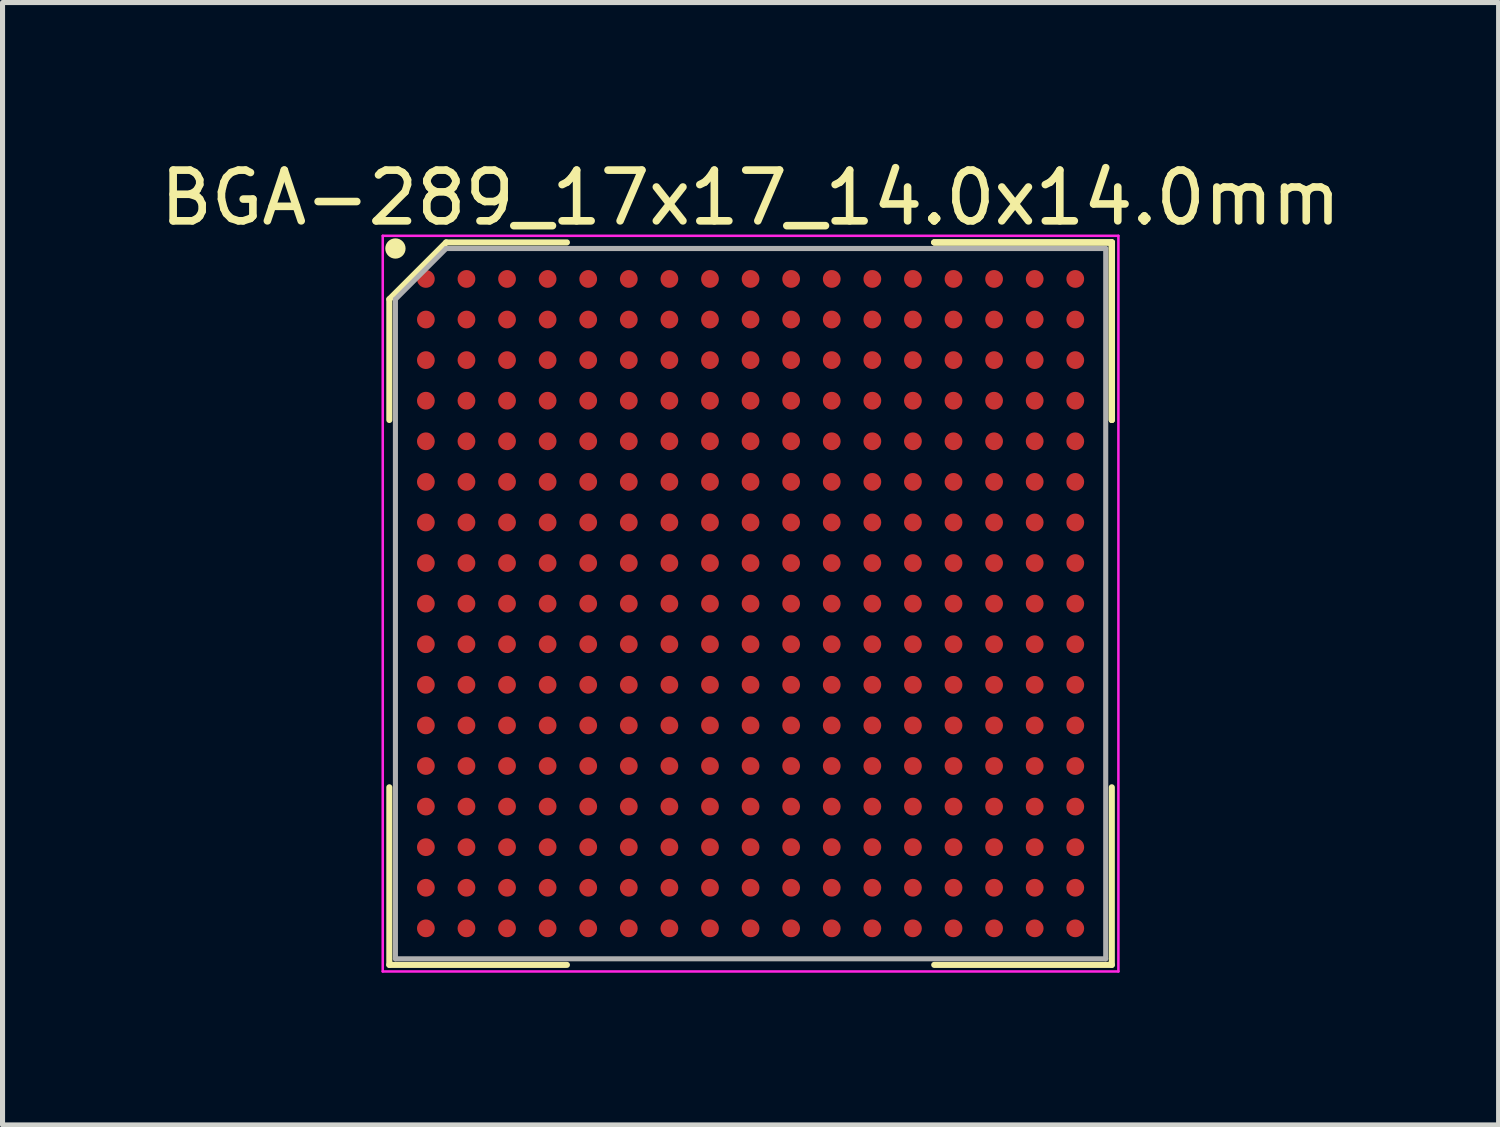
<source format=kicad_pcb>
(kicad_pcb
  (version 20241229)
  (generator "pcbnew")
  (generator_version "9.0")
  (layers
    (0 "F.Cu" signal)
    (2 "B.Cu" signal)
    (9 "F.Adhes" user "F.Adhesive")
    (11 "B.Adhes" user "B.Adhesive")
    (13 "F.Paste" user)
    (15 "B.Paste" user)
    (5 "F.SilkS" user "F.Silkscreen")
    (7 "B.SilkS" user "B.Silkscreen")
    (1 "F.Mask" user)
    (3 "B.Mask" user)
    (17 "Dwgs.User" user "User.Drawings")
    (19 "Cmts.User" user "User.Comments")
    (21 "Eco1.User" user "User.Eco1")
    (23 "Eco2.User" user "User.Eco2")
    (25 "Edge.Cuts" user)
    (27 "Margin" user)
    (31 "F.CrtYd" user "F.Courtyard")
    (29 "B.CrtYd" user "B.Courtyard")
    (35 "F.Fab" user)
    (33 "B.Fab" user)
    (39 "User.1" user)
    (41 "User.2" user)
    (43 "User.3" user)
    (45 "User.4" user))
  (footprint "BGA-289_17x17_14.0x14.0mm"
    (layer "F.Cu")
    (at 11.744 8.848)
    (property "Reference" "BGA-289_17x17_14.0x14.0mm" (at 0 -8 0) (layer "F.SilkS") (effects (font (size 1 1) (thickness 0.15))))
    (attr smd)
    (fp_line (start -7.12 -6) (end -7.12 -3.62) (stroke (width 0.12) (type solid)) (layer "F.SilkS"))
    (fp_line (start -7.12 7.12) (end -7.12 3.62) (stroke (width 0.12) (type solid)) (layer "F.SilkS"))
    (fp_line (start -6 -7.12) (end -7.12 -6) (stroke (width 0.12) (type solid)) (layer "F.SilkS"))
    (fp_line (start -3.62 -7.12) (end -6 -7.12) (stroke (width 0.12) (type solid)) (layer "F.SilkS"))
    (fp_line (start -3.62 7.12) (end -7.12 7.12) (stroke (width 0.12) (type solid)) (layer "F.SilkS"))
    (fp_line (start 3.62 -7.12) (end 7.12 -7.12) (stroke (width 0.12) (type solid)) (layer "F.SilkS"))
    (fp_line (start 3.62 -7.12) (end 7.12 -7.12) (stroke (width 0.12) (type solid)) (layer "F.SilkS"))
    (fp_line (start 3.62 -7.12) (end 7.12 -7.12) (stroke (width 0.12) (type solid)) (layer "F.SilkS"))
    (fp_line (start 3.62 7.12) (end 7.12 7.12) (stroke (width 0.12) (type solid)) (layer "F.SilkS"))
    (fp_line (start 7.12 -7.12) (end 7.12 -3.62) (stroke (width 0.12) (type solid)) (layer "F.SilkS"))
    (fp_line (start 7.12 -7.12) (end 7.12 -3.62) (stroke (width 0.12) (type solid)) (layer "F.SilkS"))
    (fp_line (start 7.12 -7.12) (end 7.12 -3.62) (stroke (width 0.12) (type solid)) (layer "F.SilkS"))
    (fp_line (start 7.12 7.12) (end 7.12 3.62) (stroke (width 0.12) (type solid)) (layer "F.SilkS"))
    (fp_circle (center -7 -7) (end -7 -6.9) (stroke (width 0.2) (type solid)) (fill no) (layer "F.SilkS"))
    (fp_line (start -7.25 -7.25) (end 7.25 -7.25) (stroke (width 0.05) (type solid)) (layer "F.CrtYd"))
    (fp_line (start -7.25 7.25) (end -7.25 -7.25) (stroke (width 0.05) (type solid)) (layer "F.CrtYd"))
    (fp_line (start 7.25 -7.25) (end 7.25 7.25) (stroke (width 0.05) (type solid)) (layer "F.CrtYd"))
    (fp_line (start 7.25 7.25) (end -7.25 7.25) (stroke (width 0.05) (type solid)) (layer "F.CrtYd"))
    (fp_line (start -7 -6) (end -7 7) (stroke (width 0.1) (type solid)) (layer "F.Fab"))
    (fp_line (start -7 7) (end 7 7) (stroke (width 0.1) (type solid)) (layer "F.Fab"))
    (fp_line (start -6 -7) (end -7 -6) (stroke (width 0.1) (type solid)) (layer "F.Fab"))
    (fp_line (start 7 -7) (end -6 -7) (stroke (width 0.1) (type solid)) (layer "F.Fab"))
    (fp_line (start 7 7) (end 7 -7) (stroke (width 0.1) (type solid)) (layer "F.Fab"))
    (pad "A1" smd circle (at -6.4 -6.4) (size 0.35 0.35) (layers "F.Cu" "F.Mask" "F.Paste"))
    (pad "A2" smd circle (at -5.6 -6.4) (size 0.35 0.35) (layers "F.Cu" "F.Mask" "F.Paste"))
    (pad "A3" smd circle (at -4.8 -6.4) (size 0.35 0.35) (layers "F.Cu" "F.Mask" "F.Paste"))
    (pad "A4" smd circle (at -4 -6.4) (size 0.35 0.35) (layers "F.Cu" "F.Mask" "F.Paste"))
    (pad "A5" smd circle (at -3.2 -6.4) (size 0.35 0.35) (layers "F.Cu" "F.Mask" "F.Paste"))
    (pad "A6" smd circle (at -2.4 -6.4) (size 0.35 0.35) (layers "F.Cu" "F.Mask" "F.Paste"))
    (pad "A7" smd circle (at -1.6 -6.4) (size 0.35 0.35) (layers "F.Cu" "F.Mask" "F.Paste"))
    (pad "A8" smd circle (at -0.8 -6.4) (size 0.35 0.35) (layers "F.Cu" "F.Mask" "F.Paste"))
    (pad "A9" smd circle (at 0 -6.4) (size 0.35 0.35) (layers "F.Cu" "F.Mask" "F.Paste"))
    (pad "A10" smd circle (at 0.8 -6.4) (size 0.35 0.35) (layers "F.Cu" "F.Mask" "F.Paste"))
    (pad "A11" smd circle (at 1.6 -6.4) (size 0.35 0.35) (layers "F.Cu" "F.Mask" "F.Paste"))
    (pad "A12" smd circle (at 2.4 -6.4) (size 0.35 0.35) (layers "F.Cu" "F.Mask" "F.Paste"))
    (pad "A13" smd circle (at 3.2 -6.4) (size 0.35 0.35) (layers "F.Cu" "F.Mask" "F.Paste"))
    (pad "A14" smd circle (at 4 -6.4) (size 0.35 0.35) (layers "F.Cu" "F.Mask" "F.Paste"))
    (pad "A15" smd circle (at 4.8 -6.4) (size 0.35 0.35) (layers "F.Cu" "F.Mask" "F.Paste"))
    (pad "A16" smd circle (at 5.6 -6.4) (size 0.35 0.35) (layers "F.Cu" "F.Mask" "F.Paste"))
    (pad "A17" smd circle (at 6.4 -6.4) (size 0.35 0.35) (layers "F.Cu" "F.Mask" "F.Paste"))
    (pad "B1" smd circle (at -6.4 -5.6) (size 0.35 0.35) (layers "F.Cu" "F.Mask" "F.Paste"))
    (pad "B2" smd circle (at -5.6 -5.6) (size 0.35 0.35) (layers "F.Cu" "F.Mask" "F.Paste"))
    (pad "B3" smd circle (at -4.8 -5.6) (size 0.35 0.35) (layers "F.Cu" "F.Mask" "F.Paste"))
    (pad "B4" smd circle (at -4 -5.6) (size 0.35 0.35) (layers "F.Cu" "F.Mask" "F.Paste"))
    (pad "B5" smd circle (at -3.2 -5.6) (size 0.35 0.35) (layers "F.Cu" "F.Mask" "F.Paste"))
    (pad "B6" smd circle (at -2.4 -5.6) (size 0.35 0.35) (layers "F.Cu" "F.Mask" "F.Paste"))
    (pad "B7" smd circle (at -1.6 -5.6) (size 0.35 0.35) (layers "F.Cu" "F.Mask" "F.Paste"))
    (pad "B8" smd circle (at -0.8 -5.6) (size 0.35 0.35) (layers "F.Cu" "F.Mask" "F.Paste"))
    (pad "B9" smd circle (at 0 -5.6) (size 0.35 0.35) (layers "F.Cu" "F.Mask" "F.Paste"))
    (pad "B10" smd circle (at 0.8 -5.6) (size 0.35 0.35) (layers "F.Cu" "F.Mask" "F.Paste"))
    (pad "B11" smd circle (at 1.6 -5.6) (size 0.35 0.35) (layers "F.Cu" "F.Mask" "F.Paste"))
    (pad "B12" smd circle (at 2.4 -5.6) (size 0.35 0.35) (layers "F.Cu" "F.Mask" "F.Paste"))
    (pad "B13" smd circle (at 3.2 -5.6) (size 0.35 0.35) (layers "F.Cu" "F.Mask" "F.Paste"))
    (pad "B14" smd circle (at 4 -5.6) (size 0.35 0.35) (layers "F.Cu" "F.Mask" "F.Paste"))
    (pad "B15" smd circle (at 4.8 -5.6) (size 0.35 0.35) (layers "F.Cu" "F.Mask" "F.Paste"))
    (pad "B16" smd circle (at 5.6 -5.6) (size 0.35 0.35) (layers "F.Cu" "F.Mask" "F.Paste"))
    (pad "B17" smd circle (at 6.4 -5.6) (size 0.35 0.35) (layers "F.Cu" "F.Mask" "F.Paste"))
    (pad "C1" smd circle (at -6.4 -4.8) (size 0.35 0.35) (layers "F.Cu" "F.Mask" "F.Paste"))
    (pad "C2" smd circle (at -5.6 -4.8) (size 0.35 0.35) (layers "F.Cu" "F.Mask" "F.Paste"))
    (pad "C3" smd circle (at -4.8 -4.8) (size 0.35 0.35) (layers "F.Cu" "F.Mask" "F.Paste"))
    (pad "C4" smd circle (at -4 -4.8) (size 0.35 0.35) (layers "F.Cu" "F.Mask" "F.Paste"))
    (pad "C5" smd circle (at -3.2 -4.8) (size 0.35 0.35) (layers "F.Cu" "F.Mask" "F.Paste"))
    (pad "C6" smd circle (at -2.4 -4.8) (size 0.35 0.35) (layers "F.Cu" "F.Mask" "F.Paste"))
    (pad "C7" smd circle (at -1.6 -4.8) (size 0.35 0.35) (layers "F.Cu" "F.Mask" "F.Paste"))
    (pad "C8" smd circle (at -0.8 -4.8) (size 0.35 0.35) (layers "F.Cu" "F.Mask" "F.Paste"))
    (pad "C9" smd circle (at 0 -4.8) (size 0.35 0.35) (layers "F.Cu" "F.Mask" "F.Paste"))
    (pad "C10" smd circle (at 0.8 -4.8) (size 0.35 0.35) (layers "F.Cu" "F.Mask" "F.Paste"))
    (pad "C11" smd circle (at 1.6 -4.8) (size 0.35 0.35) (layers "F.Cu" "F.Mask" "F.Paste"))
    (pad "C12" smd circle (at 2.4 -4.8) (size 0.35 0.35) (layers "F.Cu" "F.Mask" "F.Paste"))
    (pad "C13" smd circle (at 3.2 -4.8) (size 0.35 0.35) (layers "F.Cu" "F.Mask" "F.Paste"))
    (pad "C14" smd circle (at 4 -4.8) (size 0.35 0.35) (layers "F.Cu" "F.Mask" "F.Paste"))
    (pad "C15" smd circle (at 4.8 -4.8) (size 0.35 0.35) (layers "F.Cu" "F.Mask" "F.Paste"))
    (pad "C16" smd circle (at 5.6 -4.8) (size 0.35 0.35) (layers "F.Cu" "F.Mask" "F.Paste"))
    (pad "C17" smd circle (at 6.4 -4.8) (size 0.35 0.35) (layers "F.Cu" "F.Mask" "F.Paste"))
    (pad "D1" smd circle (at -6.4 -4) (size 0.35 0.35) (layers "F.Cu" "F.Mask" "F.Paste"))
    (pad "D2" smd circle (at -5.6 -4) (size 0.35 0.35) (layers "F.Cu" "F.Mask" "F.Paste"))
    (pad "D3" smd circle (at -4.8 -4) (size 0.35 0.35) (layers "F.Cu" "F.Mask" "F.Paste"))
    (pad "D4" smd circle (at -4 -4) (size 0.35 0.35) (layers "F.Cu" "F.Mask" "F.Paste"))
    (pad "D5" smd circle (at -3.2 -4) (size 0.35 0.35) (layers "F.Cu" "F.Mask" "F.Paste"))
    (pad "D6" smd circle (at -2.4 -4) (size 0.35 0.35) (layers "F.Cu" "F.Mask" "F.Paste"))
    (pad "D7" smd circle (at -1.6 -4) (size 0.35 0.35) (layers "F.Cu" "F.Mask" "F.Paste"))
    (pad "D8" smd circle (at -0.8 -4) (size 0.35 0.35) (layers "F.Cu" "F.Mask" "F.Paste"))
    (pad "D9" smd circle (at 0 -4) (size 0.35 0.35) (layers "F.Cu" "F.Mask" "F.Paste"))
    (pad "D10" smd circle (at 0.8 -4) (size 0.35 0.35) (layers "F.Cu" "F.Mask" "F.Paste"))
    (pad "D11" smd circle (at 1.6 -4) (size 0.35 0.35) (layers "F.Cu" "F.Mask" "F.Paste"))
    (pad "D12" smd circle (at 2.4 -4) (size 0.35 0.35) (layers "F.Cu" "F.Mask" "F.Paste"))
    (pad "D13" smd circle (at 3.2 -4) (size 0.35 0.35) (layers "F.Cu" "F.Mask" "F.Paste"))
    (pad "D14" smd circle (at 4 -4) (size 0.35 0.35) (layers "F.Cu" "F.Mask" "F.Paste"))
    (pad "D15" smd circle (at 4.8 -4) (size 0.35 0.35) (layers "F.Cu" "F.Mask" "F.Paste"))
    (pad "D16" smd circle (at 5.6 -4) (size 0.35 0.35) (layers "F.Cu" "F.Mask" "F.Paste"))
    (pad "D17" smd circle (at 6.4 -4) (size 0.35 0.35) (layers "F.Cu" "F.Mask" "F.Paste"))
    (pad "E1" smd circle (at -6.4 -3.2) (size 0.35 0.35) (layers "F.Cu" "F.Mask" "F.Paste"))
    (pad "E2" smd circle (at -5.6 -3.2) (size 0.35 0.35) (layers "F.Cu" "F.Mask" "F.Paste"))
    (pad "E3" smd circle (at -4.8 -3.2) (size 0.35 0.35) (layers "F.Cu" "F.Mask" "F.Paste"))
    (pad "E4" smd circle (at -4 -3.2) (size 0.35 0.35) (layers "F.Cu" "F.Mask" "F.Paste"))
    (pad "E5" smd circle (at -3.2 -3.2) (size 0.35 0.35) (layers "F.Cu" "F.Mask" "F.Paste"))
    (pad "E6" smd circle (at -2.4 -3.2) (size 0.35 0.35) (layers "F.Cu" "F.Mask" "F.Paste"))
    (pad "E7" smd circle (at -1.6 -3.2) (size 0.35 0.35) (layers "F.Cu" "F.Mask" "F.Paste"))
    (pad "E8" smd circle (at -0.8 -3.2) (size 0.35 0.35) (layers "F.Cu" "F.Mask" "F.Paste"))
    (pad "E9" smd circle (at 0 -3.2) (size 0.35 0.35) (layers "F.Cu" "F.Mask" "F.Paste"))
    (pad "E10" smd circle (at 0.8 -3.2) (size 0.35 0.35) (layers "F.Cu" "F.Mask" "F.Paste"))
    (pad "E11" smd circle (at 1.6 -3.2) (size 0.35 0.35) (layers "F.Cu" "F.Mask" "F.Paste"))
    (pad "E12" smd circle (at 2.4 -3.2) (size 0.35 0.35) (layers "F.Cu" "F.Mask" "F.Paste"))
    (pad "E13" smd circle (at 3.2 -3.2) (size 0.35 0.35) (layers "F.Cu" "F.Mask" "F.Paste"))
    (pad "E14" smd circle (at 4 -3.2) (size 0.35 0.35) (layers "F.Cu" "F.Mask" "F.Paste"))
    (pad "E15" smd circle (at 4.8 -3.2) (size 0.35 0.35) (layers "F.Cu" "F.Mask" "F.Paste"))
    (pad "E16" smd circle (at 5.6 -3.2) (size 0.35 0.35) (layers "F.Cu" "F.Mask" "F.Paste"))
    (pad "E17" smd circle (at 6.4 -3.2) (size 0.35 0.35) (layers "F.Cu" "F.Mask" "F.Paste"))
    (pad "F1" smd circle (at -6.4 -2.4) (size 0.35 0.35) (layers "F.Cu" "F.Mask" "F.Paste"))
    (pad "F2" smd circle (at -5.6 -2.4) (size 0.35 0.35) (layers "F.Cu" "F.Mask" "F.Paste"))
    (pad "F3" smd circle (at -4.8 -2.4) (size 0.35 0.35) (layers "F.Cu" "F.Mask" "F.Paste"))
    (pad "F4" smd circle (at -4 -2.4) (size 0.35 0.35) (layers "F.Cu" "F.Mask" "F.Paste"))
    (pad "F5" smd circle (at -3.2 -2.4) (size 0.35 0.35) (layers "F.Cu" "F.Mask" "F.Paste"))
    (pad "F6" smd circle (at -2.4 -2.4) (size 0.35 0.35) (layers "F.Cu" "F.Mask" "F.Paste"))
    (pad "F7" smd circle (at -1.6 -2.4) (size 0.35 0.35) (layers "F.Cu" "F.Mask" "F.Paste"))
    (pad "F8" smd circle (at -0.8 -2.4) (size 0.35 0.35) (layers "F.Cu" "F.Mask" "F.Paste"))
    (pad "F9" smd circle (at 0 -2.4) (size 0.35 0.35) (layers "F.Cu" "F.Mask" "F.Paste"))
    (pad "F10" smd circle (at 0.8 -2.4) (size 0.35 0.35) (layers "F.Cu" "F.Mask" "F.Paste"))
    (pad "F11" smd circle (at 1.6 -2.4) (size 0.35 0.35) (layers "F.Cu" "F.Mask" "F.Paste"))
    (pad "F12" smd circle (at 2.4 -2.4) (size 0.35 0.35) (layers "F.Cu" "F.Mask" "F.Paste"))
    (pad "F13" smd circle (at 3.2 -2.4) (size 0.35 0.35) (layers "F.Cu" "F.Mask" "F.Paste"))
    (pad "F14" smd circle (at 4 -2.4) (size 0.35 0.35) (layers "F.Cu" "F.Mask" "F.Paste"))
    (pad "F15" smd circle (at 4.8 -2.4) (size 0.35 0.35) (layers "F.Cu" "F.Mask" "F.Paste"))
    (pad "F16" smd circle (at 5.6 -2.4) (size 0.35 0.35) (layers "F.Cu" "F.Mask" "F.Paste"))
    (pad "F17" smd circle (at 6.4 -2.4) (size 0.35 0.35) (layers "F.Cu" "F.Mask" "F.Paste"))
    (pad "G1" smd circle (at -6.4 -1.6) (size 0.35 0.35) (layers "F.Cu" "F.Mask" "F.Paste"))
    (pad "G2" smd circle (at -5.6 -1.6) (size 0.35 0.35) (layers "F.Cu" "F.Mask" "F.Paste"))
    (pad "G3" smd circle (at -4.8 -1.6) (size 0.35 0.35) (layers "F.Cu" "F.Mask" "F.Paste"))
    (pad "G4" smd circle (at -4 -1.6) (size 0.35 0.35) (layers "F.Cu" "F.Mask" "F.Paste"))
    (pad "G5" smd circle (at -3.2 -1.6) (size 0.35 0.35) (layers "F.Cu" "F.Mask" "F.Paste"))
    (pad "G6" smd circle (at -2.4 -1.6) (size 0.35 0.35) (layers "F.Cu" "F.Mask" "F.Paste"))
    (pad "G7" smd circle (at -1.6 -1.6) (size 0.35 0.35) (layers "F.Cu" "F.Mask" "F.Paste"))
    (pad "G8" smd circle (at -0.8 -1.6) (size 0.35 0.35) (layers "F.Cu" "F.Mask" "F.Paste"))
    (pad "G9" smd circle (at 0 -1.6) (size 0.35 0.35) (layers "F.Cu" "F.Mask" "F.Paste"))
    (pad "G10" smd circle (at 0.8 -1.6) (size 0.35 0.35) (layers "F.Cu" "F.Mask" "F.Paste"))
    (pad "G11" smd circle (at 1.6 -1.6) (size 0.35 0.35) (layers "F.Cu" "F.Mask" "F.Paste"))
    (pad "G12" smd circle (at 2.4 -1.6) (size 0.35 0.35) (layers "F.Cu" "F.Mask" "F.Paste"))
    (pad "G13" smd circle (at 3.2 -1.6) (size 0.35 0.35) (layers "F.Cu" "F.Mask" "F.Paste"))
    (pad "G14" smd circle (at 4 -1.6) (size 0.35 0.35) (layers "F.Cu" "F.Mask" "F.Paste"))
    (pad "G15" smd circle (at 4.8 -1.6) (size 0.35 0.35) (layers "F.Cu" "F.Mask" "F.Paste"))
    (pad "G16" smd circle (at 5.6 -1.6) (size 0.35 0.35) (layers "F.Cu" "F.Mask" "F.Paste"))
    (pad "G17" smd circle (at 6.4 -1.6) (size 0.35 0.35) (layers "F.Cu" "F.Mask" "F.Paste"))
    (pad "H1" smd circle (at -6.4 -0.8) (size 0.35 0.35) (layers "F.Cu" "F.Mask" "F.Paste"))
    (pad "H2" smd circle (at -5.6 -0.8) (size 0.35 0.35) (layers "F.Cu" "F.Mask" "F.Paste"))
    (pad "H3" smd circle (at -4.8 -0.8) (size 0.35 0.35) (layers "F.Cu" "F.Mask" "F.Paste"))
    (pad "H4" smd circle (at -4 -0.8) (size 0.35 0.35) (layers "F.Cu" "F.Mask" "F.Paste"))
    (pad "H5" smd circle (at -3.2 -0.8) (size 0.35 0.35) (layers "F.Cu" "F.Mask" "F.Paste"))
    (pad "H6" smd circle (at -2.4 -0.8) (size 0.35 0.35) (layers "F.Cu" "F.Mask" "F.Paste"))
    (pad "H7" smd circle (at -1.6 -0.8) (size 0.35 0.35) (layers "F.Cu" "F.Mask" "F.Paste"))
    (pad "H8" smd circle (at -0.8 -0.8) (size 0.35 0.35) (layers "F.Cu" "F.Mask" "F.Paste"))
    (pad "H9" smd circle (at 0 -0.8) (size 0.35 0.35) (layers "F.Cu" "F.Mask" "F.Paste"))
    (pad "H10" smd circle (at 0.8 -0.8) (size 0.35 0.35) (layers "F.Cu" "F.Mask" "F.Paste"))
    (pad "H11" smd circle (at 1.6 -0.8) (size 0.35 0.35) (layers "F.Cu" "F.Mask" "F.Paste"))
    (pad "H12" smd circle (at 2.4 -0.8) (size 0.35 0.35) (layers "F.Cu" "F.Mask" "F.Paste"))
    (pad "H13" smd circle (at 3.2 -0.8) (size 0.35 0.35) (layers "F.Cu" "F.Mask" "F.Paste"))
    (pad "H14" smd circle (at 4 -0.8) (size 0.35 0.35) (layers "F.Cu" "F.Mask" "F.Paste"))
    (pad "H15" smd circle (at 4.8 -0.8) (size 0.35 0.35) (layers "F.Cu" "F.Mask" "F.Paste"))
    (pad "H16" smd circle (at 5.6 -0.8) (size 0.35 0.35) (layers "F.Cu" "F.Mask" "F.Paste"))
    (pad "H17" smd circle (at 6.4 -0.8) (size 0.35 0.35) (layers "F.Cu" "F.Mask" "F.Paste"))
    (pad "J1" smd circle (at -6.4 0) (size 0.35 0.35) (layers "F.Cu" "F.Mask" "F.Paste"))
    (pad "J2" smd circle (at -5.6 0) (size 0.35 0.35) (layers "F.Cu" "F.Mask" "F.Paste"))
    (pad "J3" smd circle (at -4.8 0) (size 0.35 0.35) (layers "F.Cu" "F.Mask" "F.Paste"))
    (pad "J4" smd circle (at -4 0) (size 0.35 0.35) (layers "F.Cu" "F.Mask" "F.Paste"))
    (pad "J5" smd circle (at -3.2 0) (size 0.35 0.35) (layers "F.Cu" "F.Mask" "F.Paste"))
    (pad "J6" smd circle (at -2.4 0) (size 0.35 0.35) (layers "F.Cu" "F.Mask" "F.Paste"))
    (pad "J7" smd circle (at -1.6 0) (size 0.35 0.35) (layers "F.Cu" "F.Mask" "F.Paste"))
    (pad "J8" smd circle (at -0.8 0) (size 0.35 0.35) (layers "F.Cu" "F.Mask" "F.Paste"))
    (pad "J9" smd circle (at 0 0) (size 0.35 0.35) (layers "F.Cu" "F.Mask" "F.Paste"))
    (pad "J10" smd circle (at 0.8 0) (size 0.35 0.35) (layers "F.Cu" "F.Mask" "F.Paste"))
    (pad "J11" smd circle (at 1.6 0) (size 0.35 0.35) (layers "F.Cu" "F.Mask" "F.Paste"))
    (pad "J12" smd circle (at 2.4 0) (size 0.35 0.35) (layers "F.Cu" "F.Mask" "F.Paste"))
    (pad "J13" smd circle (at 3.2 0) (size 0.35 0.35) (layers "F.Cu" "F.Mask" "F.Paste"))
    (pad "J14" smd circle (at 4 0) (size 0.35 0.35) (layers "F.Cu" "F.Mask" "F.Paste"))
    (pad "J15" smd circle (at 4.8 0) (size 0.35 0.35) (layers "F.Cu" "F.Mask" "F.Paste"))
    (pad "J16" smd circle (at 5.6 0) (size 0.35 0.35) (layers "F.Cu" "F.Mask" "F.Paste"))
    (pad "J17" smd circle (at 6.4 0) (size 0.35 0.35) (layers "F.Cu" "F.Mask" "F.Paste"))
    (pad "K1" smd circle (at -6.4 0.8) (size 0.35 0.35) (layers "F.Cu" "F.Mask" "F.Paste"))
    (pad "K2" smd circle (at -5.6 0.8) (size 0.35 0.35) (layers "F.Cu" "F.Mask" "F.Paste"))
    (pad "K3" smd circle (at -4.8 0.8) (size 0.35 0.35) (layers "F.Cu" "F.Mask" "F.Paste"))
    (pad "K4" smd circle (at -4 0.8) (size 0.35 0.35) (layers "F.Cu" "F.Mask" "F.Paste"))
    (pad "K5" smd circle (at -3.2 0.8) (size 0.35 0.35) (layers "F.Cu" "F.Mask" "F.Paste"))
    (pad "K6" smd circle (at -2.4 0.8) (size 0.35 0.35) (layers "F.Cu" "F.Mask" "F.Paste"))
    (pad "K7" smd circle (at -1.6 0.8) (size 0.35 0.35) (layers "F.Cu" "F.Mask" "F.Paste"))
    (pad "K8" smd circle (at -0.8 0.8) (size 0.35 0.35) (layers "F.Cu" "F.Mask" "F.Paste"))
    (pad "K9" smd circle (at 0 0.8) (size 0.35 0.35) (layers "F.Cu" "F.Mask" "F.Paste"))
    (pad "K10" smd circle (at 0.8 0.8) (size 0.35 0.35) (layers "F.Cu" "F.Mask" "F.Paste"))
    (pad "K11" smd circle (at 1.6 0.8) (size 0.35 0.35) (layers "F.Cu" "F.Mask" "F.Paste"))
    (pad "K12" smd circle (at 2.4 0.8) (size 0.35 0.35) (layers "F.Cu" "F.Mask" "F.Paste"))
    (pad "K13" smd circle (at 3.2 0.8) (size 0.35 0.35) (layers "F.Cu" "F.Mask" "F.Paste"))
    (pad "K14" smd circle (at 4 0.8) (size 0.35 0.35) (layers "F.Cu" "F.Mask" "F.Paste"))
    (pad "K15" smd circle (at 4.8 0.8) (size 0.35 0.35) (layers "F.Cu" "F.Mask" "F.Paste"))
    (pad "K16" smd circle (at 5.6 0.8) (size 0.35 0.35) (layers "F.Cu" "F.Mask" "F.Paste"))
    (pad "K17" smd circle (at 6.4 0.8) (size 0.35 0.35) (layers "F.Cu" "F.Mask" "F.Paste"))
    (pad "L1" smd circle (at -6.4 1.6) (size 0.35 0.35) (layers "F.Cu" "F.Mask" "F.Paste"))
    (pad "L2" smd circle (at -5.6 1.6) (size 0.35 0.35) (layers "F.Cu" "F.Mask" "F.Paste"))
    (pad "L3" smd circle (at -4.8 1.6) (size 0.35 0.35) (layers "F.Cu" "F.Mask" "F.Paste"))
    (pad "L4" smd circle (at -4 1.6) (size 0.35 0.35) (layers "F.Cu" "F.Mask" "F.Paste"))
    (pad "L5" smd circle (at -3.2 1.6) (size 0.35 0.35) (layers "F.Cu" "F.Mask" "F.Paste"))
    (pad "L6" smd circle (at -2.4 1.6) (size 0.35 0.35) (layers "F.Cu" "F.Mask" "F.Paste"))
    (pad "L7" smd circle (at -1.6 1.6) (size 0.35 0.35) (layers "F.Cu" "F.Mask" "F.Paste"))
    (pad "L8" smd circle (at -0.8 1.6) (size 0.35 0.35) (layers "F.Cu" "F.Mask" "F.Paste"))
    (pad "L9" smd circle (at 0 1.6) (size 0.35 0.35) (layers "F.Cu" "F.Mask" "F.Paste"))
    (pad "L10" smd circle (at 0.8 1.6) (size 0.35 0.35) (layers "F.Cu" "F.Mask" "F.Paste"))
    (pad "L11" smd circle (at 1.6 1.6) (size 0.35 0.35) (layers "F.Cu" "F.Mask" "F.Paste"))
    (pad "L12" smd circle (at 2.4 1.6) (size 0.35 0.35) (layers "F.Cu" "F.Mask" "F.Paste"))
    (pad "L13" smd circle (at 3.2 1.6) (size 0.35 0.35) (layers "F.Cu" "F.Mask" "F.Paste"))
    (pad "L14" smd circle (at 4 1.6) (size 0.35 0.35) (layers "F.Cu" "F.Mask" "F.Paste"))
    (pad "L15" smd circle (at 4.8 1.6) (size 0.35 0.35) (layers "F.Cu" "F.Mask" "F.Paste"))
    (pad "L16" smd circle (at 5.6 1.6) (size 0.35 0.35) (layers "F.Cu" "F.Mask" "F.Paste"))
    (pad "L17" smd circle (at 6.4 1.6) (size 0.35 0.35) (layers "F.Cu" "F.Mask" "F.Paste"))
    (pad "M1" smd circle (at -6.4 2.4) (size 0.35 0.35) (layers "F.Cu" "F.Mask" "F.Paste"))
    (pad "M2" smd circle (at -5.6 2.4) (size 0.35 0.35) (layers "F.Cu" "F.Mask" "F.Paste"))
    (pad "M3" smd circle (at -4.8 2.4) (size 0.35 0.35) (layers "F.Cu" "F.Mask" "F.Paste"))
    (pad "M4" smd circle (at -4 2.4) (size 0.35 0.35) (layers "F.Cu" "F.Mask" "F.Paste"))
    (pad "M5" smd circle (at -3.2 2.4) (size 0.35 0.35) (layers "F.Cu" "F.Mask" "F.Paste"))
    (pad "M6" smd circle (at -2.4 2.4) (size 0.35 0.35) (layers "F.Cu" "F.Mask" "F.Paste"))
    (pad "M7" smd circle (at -1.6 2.4) (size 0.35 0.35) (layers "F.Cu" "F.Mask" "F.Paste"))
    (pad "M8" smd circle (at -0.8 2.4) (size 0.35 0.35) (layers "F.Cu" "F.Mask" "F.Paste"))
    (pad "M9" smd circle (at 0 2.4) (size 0.35 0.35) (layers "F.Cu" "F.Mask" "F.Paste"))
    (pad "M10" smd circle (at 0.8 2.4) (size 0.35 0.35) (layers "F.Cu" "F.Mask" "F.Paste"))
    (pad "M11" smd circle (at 1.6 2.4) (size 0.35 0.35) (layers "F.Cu" "F.Mask" "F.Paste"))
    (pad "M12" smd circle (at 2.4 2.4) (size 0.35 0.35) (layers "F.Cu" "F.Mask" "F.Paste"))
    (pad "M13" smd circle (at 3.2 2.4) (size 0.35 0.35) (layers "F.Cu" "F.Mask" "F.Paste"))
    (pad "M14" smd circle (at 4 2.4) (size 0.35 0.35) (layers "F.Cu" "F.Mask" "F.Paste"))
    (pad "M15" smd circle (at 4.8 2.4) (size 0.35 0.35) (layers "F.Cu" "F.Mask" "F.Paste"))
    (pad "M16" smd circle (at 5.6 2.4) (size 0.35 0.35) (layers "F.Cu" "F.Mask" "F.Paste"))
    (pad "M17" smd circle (at 6.4 2.4) (size 0.35 0.35) (layers "F.Cu" "F.Mask" "F.Paste"))
    (pad "N1" smd circle (at -6.4 3.2) (size 0.35 0.35) (layers "F.Cu" "F.Mask" "F.Paste"))
    (pad "N2" smd circle (at -5.6 3.2) (size 0.35 0.35) (layers "F.Cu" "F.Mask" "F.Paste"))
    (pad "N3" smd circle (at -4.8 3.2) (size 0.35 0.35) (layers "F.Cu" "F.Mask" "F.Paste"))
    (pad "N4" smd circle (at -4 3.2) (size 0.35 0.35) (layers "F.Cu" "F.Mask" "F.Paste"))
    (pad "N5" smd circle (at -3.2 3.2) (size 0.35 0.35) (layers "F.Cu" "F.Mask" "F.Paste"))
    (pad "N6" smd circle (at -2.4 3.2) (size 0.35 0.35) (layers "F.Cu" "F.Mask" "F.Paste"))
    (pad "N7" smd circle (at -1.6 3.2) (size 0.35 0.35) (layers "F.Cu" "F.Mask" "F.Paste"))
    (pad "N8" smd circle (at -0.8 3.2) (size 0.35 0.35) (layers "F.Cu" "F.Mask" "F.Paste"))
    (pad "N9" smd circle (at 0 3.2) (size 0.35 0.35) (layers "F.Cu" "F.Mask" "F.Paste"))
    (pad "N10" smd circle (at 0.8 3.2) (size 0.35 0.35) (layers "F.Cu" "F.Mask" "F.Paste"))
    (pad "N11" smd circle (at 1.6 3.2) (size 0.35 0.35) (layers "F.Cu" "F.Mask" "F.Paste"))
    (pad "N12" smd circle (at 2.4 3.2) (size 0.35 0.35) (layers "F.Cu" "F.Mask" "F.Paste"))
    (pad "N13" smd circle (at 3.2 3.2) (size 0.35 0.35) (layers "F.Cu" "F.Mask" "F.Paste"))
    (pad "N14" smd circle (at 4 3.2) (size 0.35 0.35) (layers "F.Cu" "F.Mask" "F.Paste"))
    (pad "N15" smd circle (at 4.8 3.2) (size 0.35 0.35) (layers "F.Cu" "F.Mask" "F.Paste"))
    (pad "N16" smd circle (at 5.6 3.2) (size 0.35 0.35) (layers "F.Cu" "F.Mask" "F.Paste"))
    (pad "N17" smd circle (at 6.4 3.2) (size 0.35 0.35) (layers "F.Cu" "F.Mask" "F.Paste"))
    (pad "P1" smd circle (at -6.4 4) (size 0.35 0.35) (layers "F.Cu" "F.Mask" "F.Paste"))
    (pad "P2" smd circle (at -5.6 4) (size 0.35 0.35) (layers "F.Cu" "F.Mask" "F.Paste"))
    (pad "P3" smd circle (at -4.8 4) (size 0.35 0.35) (layers "F.Cu" "F.Mask" "F.Paste"))
    (pad "P4" smd circle (at -4 4) (size 0.35 0.35) (layers "F.Cu" "F.Mask" "F.Paste"))
    (pad "P5" smd circle (at -3.2 4) (size 0.35 0.35) (layers "F.Cu" "F.Mask" "F.Paste"))
    (pad "P6" smd circle (at -2.4 4) (size 0.35 0.35) (layers "F.Cu" "F.Mask" "F.Paste"))
    (pad "P7" smd circle (at -1.6 4) (size 0.35 0.35) (layers "F.Cu" "F.Mask" "F.Paste"))
    (pad "P8" smd circle (at -0.8 4) (size 0.35 0.35) (layers "F.Cu" "F.Mask" "F.Paste"))
    (pad "P9" smd circle (at 0 4) (size 0.35 0.35) (layers "F.Cu" "F.Mask" "F.Paste"))
    (pad "P10" smd circle (at 0.8 4) (size 0.35 0.35) (layers "F.Cu" "F.Mask" "F.Paste"))
    (pad "P11" smd circle (at 1.6 4) (size 0.35 0.35) (layers "F.Cu" "F.Mask" "F.Paste"))
    (pad "P12" smd circle (at 2.4 4) (size 0.35 0.35) (layers "F.Cu" "F.Mask" "F.Paste"))
    (pad "P13" smd circle (at 3.2 4) (size 0.35 0.35) (layers "F.Cu" "F.Mask" "F.Paste"))
    (pad "P14" smd circle (at 4 4) (size 0.35 0.35) (layers "F.Cu" "F.Mask" "F.Paste"))
    (pad "P15" smd circle (at 4.8 4) (size 0.35 0.35) (layers "F.Cu" "F.Mask" "F.Paste"))
    (pad "P16" smd circle (at 5.6 4) (size 0.35 0.35) (layers "F.Cu" "F.Mask" "F.Paste"))
    (pad "P17" smd circle (at 6.4 4) (size 0.35 0.35) (layers "F.Cu" "F.Mask" "F.Paste"))
    (pad "R1" smd circle (at -6.4 4.8) (size 0.35 0.35) (layers "F.Cu" "F.Mask" "F.Paste"))
    (pad "R2" smd circle (at -5.6 4.8) (size 0.35 0.35) (layers "F.Cu" "F.Mask" "F.Paste"))
    (pad "R3" smd circle (at -4.8 4.8) (size 0.35 0.35) (layers "F.Cu" "F.Mask" "F.Paste"))
    (pad "R4" smd circle (at -4 4.8) (size 0.35 0.35) (layers "F.Cu" "F.Mask" "F.Paste"))
    (pad "R5" smd circle (at -3.2 4.8) (size 0.35 0.35) (layers "F.Cu" "F.Mask" "F.Paste"))
    (pad "R6" smd circle (at -2.4 4.8) (size 0.35 0.35) (layers "F.Cu" "F.Mask" "F.Paste"))
    (pad "R7" smd circle (at -1.6 4.8) (size 0.35 0.35) (layers "F.Cu" "F.Mask" "F.Paste"))
    (pad "R8" smd circle (at -0.8 4.8) (size 0.35 0.35) (layers "F.Cu" "F.Mask" "F.Paste"))
    (pad "R9" smd circle (at 0 4.8) (size 0.35 0.35) (layers "F.Cu" "F.Mask" "F.Paste"))
    (pad "R10" smd circle (at 0.8 4.8) (size 0.35 0.35) (layers "F.Cu" "F.Mask" "F.Paste"))
    (pad "R11" smd circle (at 1.6 4.8) (size 0.35 0.35) (layers "F.Cu" "F.Mask" "F.Paste"))
    (pad "R12" smd circle (at 2.4 4.8) (size 0.35 0.35) (layers "F.Cu" "F.Mask" "F.Paste"))
    (pad "R13" smd circle (at 3.2 4.8) (size 0.35 0.35) (layers "F.Cu" "F.Mask" "F.Paste"))
    (pad "R14" smd circle (at 4 4.8) (size 0.35 0.35) (layers "F.Cu" "F.Mask" "F.Paste"))
    (pad "R15" smd circle (at 4.8 4.8) (size 0.35 0.35) (layers "F.Cu" "F.Mask" "F.Paste"))
    (pad "R16" smd circle (at 5.6 4.8) (size 0.35 0.35) (layers "F.Cu" "F.Mask" "F.Paste"))
    (pad "R17" smd circle (at 6.4 4.8) (size 0.35 0.35) (layers "F.Cu" "F.Mask" "F.Paste"))
    (pad "T1" smd circle (at -6.4 5.6) (size 0.35 0.35) (layers "F.Cu" "F.Mask" "F.Paste"))
    (pad "T2" smd circle (at -5.6 5.6) (size 0.35 0.35) (layers "F.Cu" "F.Mask" "F.Paste"))
    (pad "T3" smd circle (at -4.8 5.6) (size 0.35 0.35) (layers "F.Cu" "F.Mask" "F.Paste"))
    (pad "T4" smd circle (at -4 5.6) (size 0.35 0.35) (layers "F.Cu" "F.Mask" "F.Paste"))
    (pad "T5" smd circle (at -3.2 5.6) (size 0.35 0.35) (layers "F.Cu" "F.Mask" "F.Paste"))
    (pad "T6" smd circle (at -2.4 5.6) (size 0.35 0.35) (layers "F.Cu" "F.Mask" "F.Paste"))
    (pad "T7" smd circle (at -1.6 5.6) (size 0.35 0.35) (layers "F.Cu" "F.Mask" "F.Paste"))
    (pad "T8" smd circle (at -0.8 5.6) (size 0.35 0.35) (layers "F.Cu" "F.Mask" "F.Paste"))
    (pad "T9" smd circle (at 0 5.6) (size 0.35 0.35) (layers "F.Cu" "F.Mask" "F.Paste"))
    (pad "T10" smd circle (at 0.8 5.6) (size 0.35 0.35) (layers "F.Cu" "F.Mask" "F.Paste"))
    (pad "T11" smd circle (at 1.6 5.6) (size 0.35 0.35) (layers "F.Cu" "F.Mask" "F.Paste"))
    (pad "T12" smd circle (at 2.4 5.6) (size 0.35 0.35) (layers "F.Cu" "F.Mask" "F.Paste"))
    (pad "T13" smd circle (at 3.2 5.6) (size 0.35 0.35) (layers "F.Cu" "F.Mask" "F.Paste"))
    (pad "T14" smd circle (at 4 5.6) (size 0.35 0.35) (layers "F.Cu" "F.Mask" "F.Paste"))
    (pad "T15" smd circle (at 4.8 5.6) (size 0.35 0.35) (layers "F.Cu" "F.Mask" "F.Paste"))
    (pad "T16" smd circle (at 5.6 5.6) (size 0.35 0.35) (layers "F.Cu" "F.Mask" "F.Paste"))
    (pad "T17" smd circle (at 6.4 5.6) (size 0.35 0.35) (layers "F.Cu" "F.Mask" "F.Paste"))
    (pad "U1" smd circle (at -6.4 6.4) (size 0.35 0.35) (layers "F.Cu" "F.Mask" "F.Paste"))
    (pad "U2" smd circle (at -5.6 6.4) (size 0.35 0.35) (layers "F.Cu" "F.Mask" "F.Paste"))
    (pad "U3" smd circle (at -4.8 6.4) (size 0.35 0.35) (layers "F.Cu" "F.Mask" "F.Paste"))
    (pad "U4" smd circle (at -4 6.4) (size 0.35 0.35) (layers "F.Cu" "F.Mask" "F.Paste"))
    (pad "U5" smd circle (at -3.2 6.4) (size 0.35 0.35) (layers "F.Cu" "F.Mask" "F.Paste"))
    (pad "U6" smd circle (at -2.4 6.4) (size 0.35 0.35) (layers "F.Cu" "F.Mask" "F.Paste"))
    (pad "U7" smd circle (at -1.6 6.4) (size 0.35 0.35) (layers "F.Cu" "F.Mask" "F.Paste"))
    (pad "U8" smd circle (at -0.8 6.4) (size 0.35 0.35) (layers "F.Cu" "F.Mask" "F.Paste"))
    (pad "U9" smd circle (at 0 6.4) (size 0.35 0.35) (layers "F.Cu" "F.Mask" "F.Paste"))
    (pad "U10" smd circle (at 0.8 6.4) (size 0.35 0.35) (layers "F.Cu" "F.Mask" "F.Paste"))
    (pad "U11" smd circle (at 1.6 6.4) (size 0.35 0.35) (layers "F.Cu" "F.Mask" "F.Paste"))
    (pad "U12" smd circle (at 2.4 6.4) (size 0.35 0.35) (layers "F.Cu" "F.Mask" "F.Paste"))
    (pad "U13" smd circle (at 3.2 6.4) (size 0.35 0.35) (layers "F.Cu" "F.Mask" "F.Paste"))
    (pad "U14" smd circle (at 4 6.4) (size 0.35 0.35) (layers "F.Cu" "F.Mask" "F.Paste"))
    (pad "U15" smd circle (at 4.8 6.4) (size 0.35 0.35) (layers "F.Cu" "F.Mask" "F.Paste"))
    (pad "U16" smd circle (at 5.6 6.4) (size 0.35 0.35) (layers "F.Cu" "F.Mask" "F.Paste"))
    (pad "U17" smd circle (at 6.4 6.4) (size 0.35 0.35) (layers "F.Cu" "F.Mask" "F.Paste")))
  (gr_rect
    (start -3 -3)
    (end 26.488 19.123)
    (stroke (width 0.1) (type default))
    (fill no)
    (layer "Edge.Cuts")))
</source>
